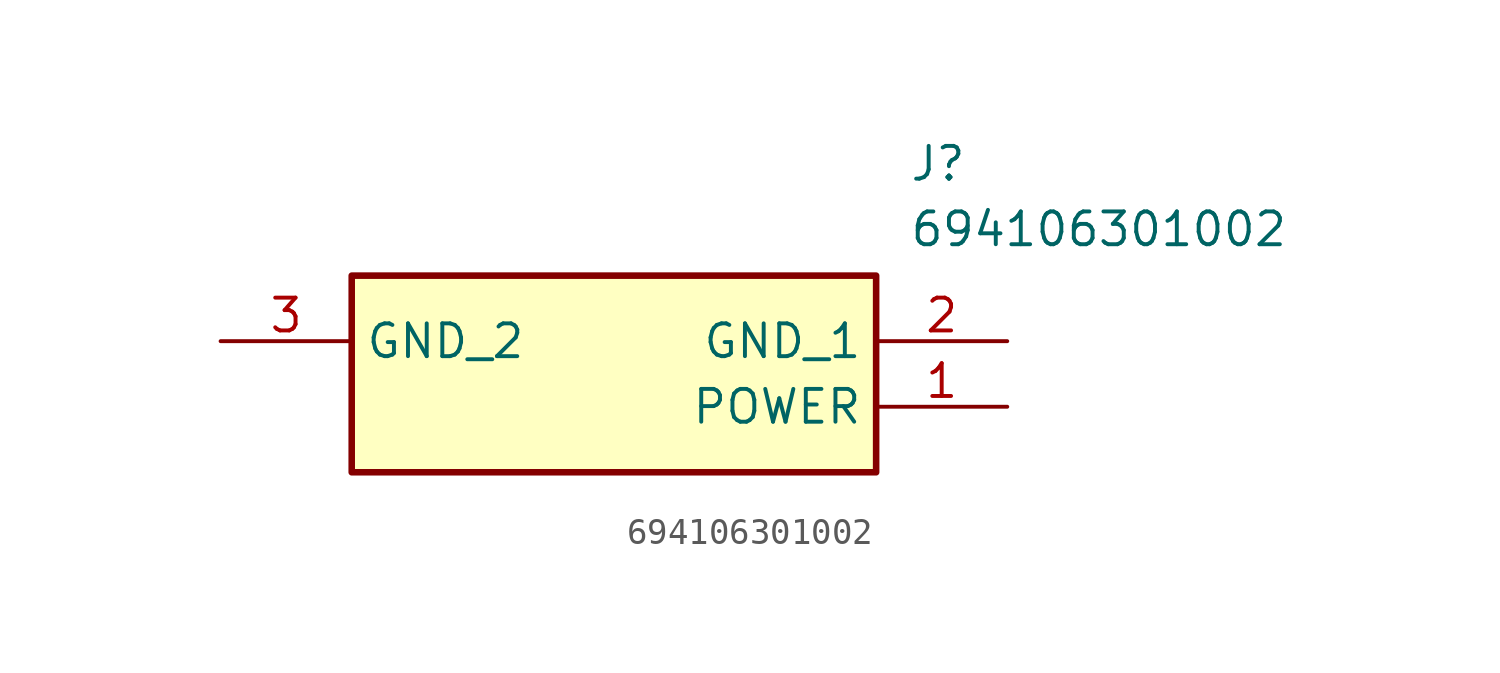
<source format=kicad_sym>
(kicad_symbol_lib
  (version 20211014)
  (generator SamacSys_ECAD_Model)
  (symbol "694106301002"
    (property "Reference" "J"
      (at 26.67 7.62 0)
      (effects (font (size 1.27 1.27)) (justify left top)))
    (property "Value" "694106301002"
      (at 26.67 5.08 0)
      (effects (font (size 1.27 1.27)) (justify left top)))
    (rectangle
      (start 5.08 2.54)
      (end 25.4 -5.08)
      (stroke (width 0.254) (type default))
      (fill (type background)))
    (pin passive line
      (at 30.48 -2.54 180)
      (length 5.08)
      (name "POWER" (effects (font (size 1.27 1.27))))
      (number "1" (effects (font (size 1.27 1.27)))))
    (pin passive line
      (at 30.48 0 180)
      (length 5.08)
      (name "GND_1" (effects (font (size 1.27 1.27))))
      (number "2" (effects (font (size 1.27 1.27)))))
    (pin passive line
      (at 0 0 0)
      (length 5.08)
      (name "GND_2" (effects (font (size 1.27 1.27))))
      (number "3" (effects (font (size 1.27 1.27)))))))
</source>
